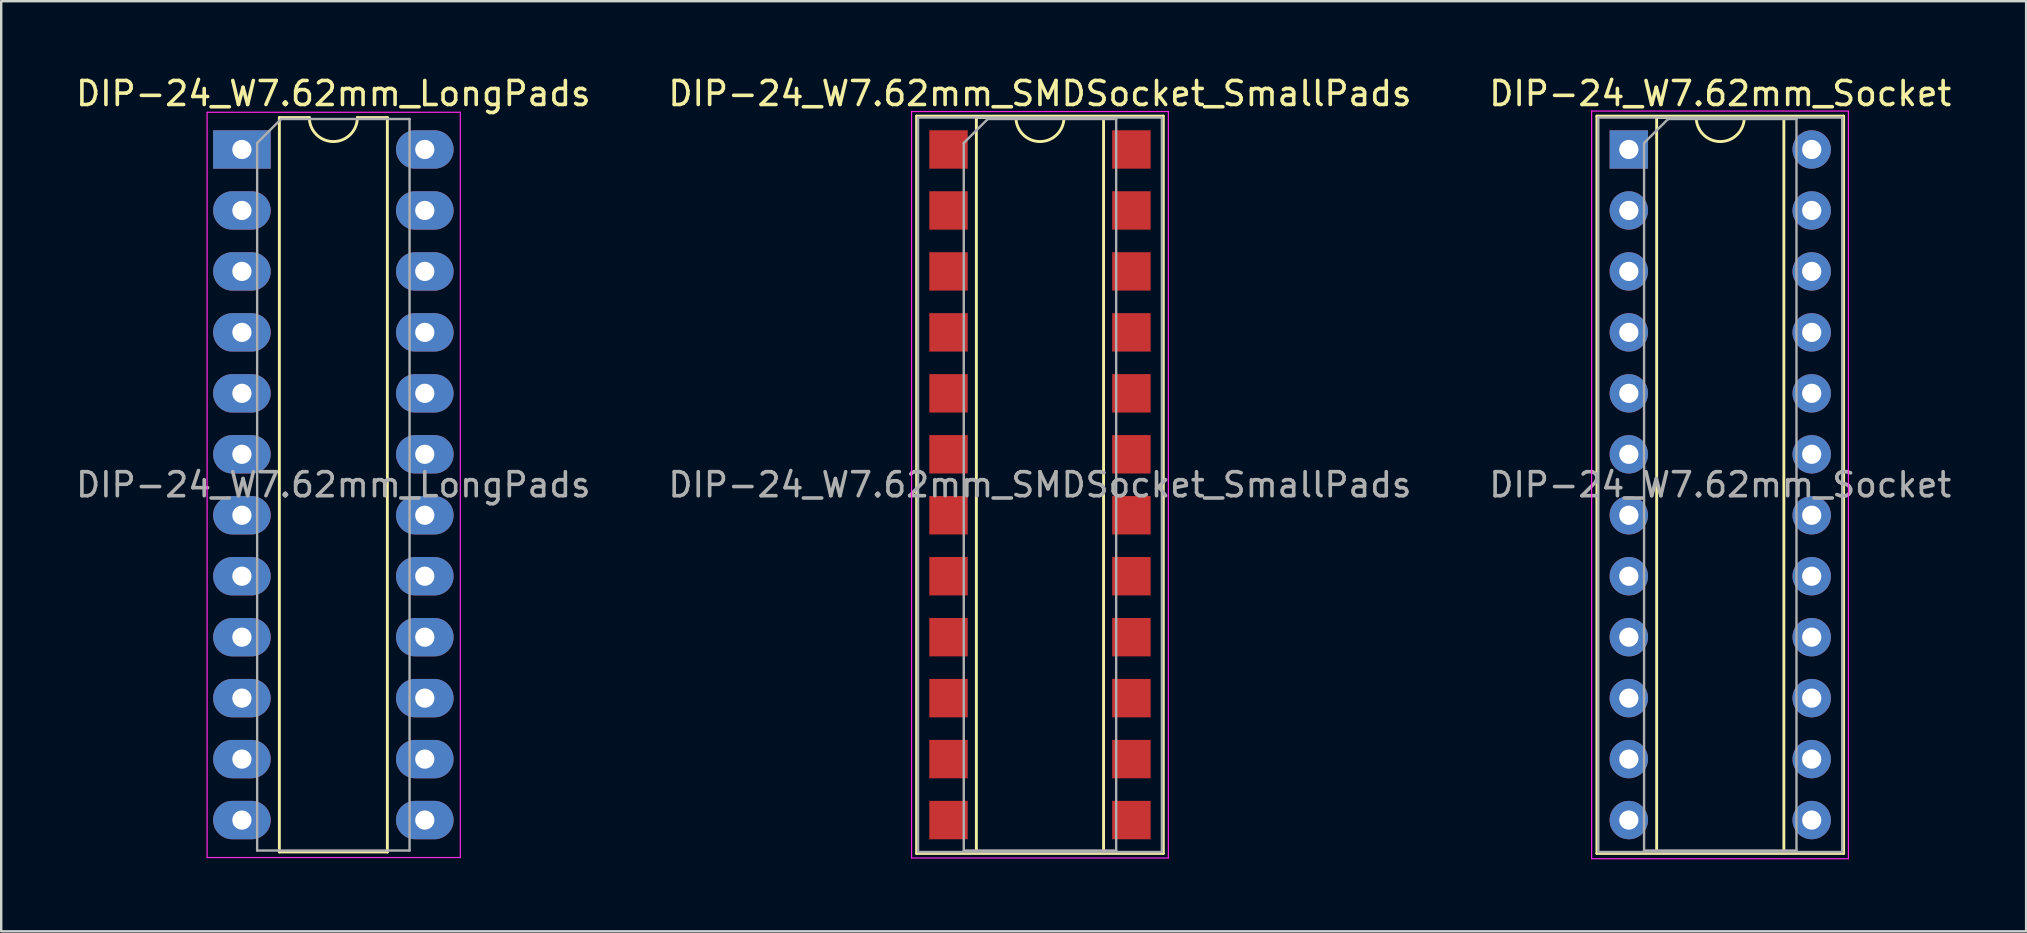
<source format=kicad_pcb>
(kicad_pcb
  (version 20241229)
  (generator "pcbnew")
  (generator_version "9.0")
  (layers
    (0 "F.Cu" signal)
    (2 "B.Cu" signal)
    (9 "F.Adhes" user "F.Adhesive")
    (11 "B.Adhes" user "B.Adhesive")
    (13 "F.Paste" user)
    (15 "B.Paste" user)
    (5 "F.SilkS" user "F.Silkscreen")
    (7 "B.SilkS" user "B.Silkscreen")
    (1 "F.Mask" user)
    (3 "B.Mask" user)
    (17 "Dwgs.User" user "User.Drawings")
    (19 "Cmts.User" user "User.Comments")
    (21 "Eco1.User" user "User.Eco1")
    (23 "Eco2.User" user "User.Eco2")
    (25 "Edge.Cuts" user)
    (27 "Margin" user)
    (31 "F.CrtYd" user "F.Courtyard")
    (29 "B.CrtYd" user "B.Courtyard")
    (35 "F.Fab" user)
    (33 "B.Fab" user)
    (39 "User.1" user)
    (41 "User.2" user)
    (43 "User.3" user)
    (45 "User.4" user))
  (footprint "DIP-24_W7.62mm_Socket"
    (layer "F.Cu")
    (at 64.815 3.178)
    (property "Reference" "DIP-24_W7.62mm_Socket" (at 3.81 -2.33 0) (layer "F.SilkS") (effects (font (size 1 1) (thickness 0.15))))
    (attr through_hole)
    (fp_line (start -1.33 -1.39) (end -1.33 29.33) (stroke (width 0.12) (type solid)) (layer "F.SilkS"))
    (fp_line (start -1.33 29.33) (end 8.95 29.33) (stroke (width 0.12) (type solid)) (layer "F.SilkS"))
    (fp_line (start 1.16 -1.33) (end 1.16 29.27) (stroke (width 0.12) (type solid)) (layer "F.SilkS"))
    (fp_line (start 1.16 29.27) (end 6.46 29.27) (stroke (width 0.12) (type solid)) (layer "F.SilkS"))
    (fp_line (start 2.81 -1.33) (end 1.16 -1.33) (stroke (width 0.12) (type solid)) (layer "F.SilkS"))
    (fp_line (start 6.46 -1.33) (end 4.81 -1.33) (stroke (width 0.12) (type solid)) (layer "F.SilkS"))
    (fp_line (start 6.46 29.27) (end 6.46 -1.33) (stroke (width 0.12) (type solid)) (layer "F.SilkS"))
    (fp_line (start 8.95 -1.39) (end -1.33 -1.39) (stroke (width 0.12) (type solid)) (layer "F.SilkS"))
    (fp_line (start 8.95 29.33) (end 8.95 -1.39) (stroke (width 0.12) (type solid)) (layer "F.SilkS"))
    (fp_arc (start 4.81 -1.33) (mid 3.81 -0.33) (end 2.81 -1.33) (stroke (width 0.12) (type solid)) (layer "F.SilkS"))
    (fp_line (start -1.55 -1.6) (end -1.55 29.55) (stroke (width 0.05) (type solid)) (layer "F.CrtYd"))
    (fp_line (start -1.55 29.55) (end 9.15 29.55) (stroke (width 0.05) (type solid)) (layer "F.CrtYd"))
    (fp_line (start 9.15 -1.6) (end -1.55 -1.6) (stroke (width 0.05) (type solid)) (layer "F.CrtYd"))
    (fp_line (start 9.15 29.55) (end 9.15 -1.6) (stroke (width 0.05) (type solid)) (layer "F.CrtYd"))
    (fp_line (start -1.27 -1.33) (end -1.27 29.27) (stroke (width 0.1) (type solid)) (layer "F.Fab"))
    (fp_line (start -1.27 29.27) (end 8.89 29.27) (stroke (width 0.1) (type solid)) (layer "F.Fab"))
    (fp_line (start 0.635 -0.27) (end 1.635 -1.27) (stroke (width 0.1) (type solid)) (layer "F.Fab"))
    (fp_line (start 0.635 29.21) (end 0.635 -0.27) (stroke (width 0.1) (type solid)) (layer "F.Fab"))
    (fp_line (start 1.635 -1.27) (end 6.985 -1.27) (stroke (width 0.1) (type solid)) (layer "F.Fab"))
    (fp_line (start 6.985 -1.27) (end 6.985 29.21) (stroke (width 0.1) (type solid)) (layer "F.Fab"))
    (fp_line (start 6.985 29.21) (end 0.635 29.21) (stroke (width 0.1) (type solid)) (layer "F.Fab"))
    (fp_line (start 8.89 -1.33) (end -1.27 -1.33) (stroke (width 0.1) (type solid)) (layer "F.Fab"))
    (fp_line (start 8.89 29.27) (end 8.89 -1.33) (stroke (width 0.1) (type solid)) (layer "F.Fab"))
    (fp_text user "${REFERENCE}" (at 3.81 13.97 0) (layer "F.Fab") (effects (font (size 1 1) (thickness 0.15))))
    (pad "1" thru_hole rect (at 0 0) (size 1.6 1.6) (drill 0.8) (layers "*.Cu" "*.Mask"))
    (pad "2" thru_hole oval (at 0 2.54) (size 1.6 1.6) (drill 0.8) (layers "*.Cu" "*.Mask"))
    (pad "3" thru_hole oval (at 0 5.08) (size 1.6 1.6) (drill 0.8) (layers "*.Cu" "*.Mask"))
    (pad "4" thru_hole oval (at 0 7.62) (size 1.6 1.6) (drill 0.8) (layers "*.Cu" "*.Mask"))
    (pad "5" thru_hole oval (at 0 10.16) (size 1.6 1.6) (drill 0.8) (layers "*.Cu" "*.Mask"))
    (pad "6" thru_hole oval (at 0 12.7) (size 1.6 1.6) (drill 0.8) (layers "*.Cu" "*.Mask"))
    (pad "7" thru_hole oval (at 0 15.24) (size 1.6 1.6) (drill 0.8) (layers "*.Cu" "*.Mask"))
    (pad "8" thru_hole oval (at 0 17.78) (size 1.6 1.6) (drill 0.8) (layers "*.Cu" "*.Mask"))
    (pad "9" thru_hole oval (at 0 20.32) (size 1.6 1.6) (drill 0.8) (layers "*.Cu" "*.Mask"))
    (pad "10" thru_hole oval (at 0 22.86) (size 1.6 1.6) (drill 0.8) (layers "*.Cu" "*.Mask"))
    (pad "11" thru_hole oval (at 0 25.4) (size 1.6 1.6) (drill 0.8) (layers "*.Cu" "*.Mask"))
    (pad "12" thru_hole oval (at 0 27.94) (size 1.6 1.6) (drill 0.8) (layers "*.Cu" "*.Mask"))
    (pad "13" thru_hole oval (at 7.62 27.94) (size 1.6 1.6) (drill 0.8) (layers "*.Cu" "*.Mask"))
    (pad "14" thru_hole oval (at 7.62 25.4) (size 1.6 1.6) (drill 0.8) (layers "*.Cu" "*.Mask"))
    (pad "15" thru_hole oval (at 7.62 22.86) (size 1.6 1.6) (drill 0.8) (layers "*.Cu" "*.Mask"))
    (pad "16" thru_hole oval (at 7.62 20.32) (size 1.6 1.6) (drill 0.8) (layers "*.Cu" "*.Mask"))
    (pad "17" thru_hole oval (at 7.62 17.78) (size 1.6 1.6) (drill 0.8) (layers "*.Cu" "*.Mask"))
    (pad "18" thru_hole oval (at 7.62 15.24) (size 1.6 1.6) (drill 0.8) (layers "*.Cu" "*.Mask"))
    (pad "19" thru_hole oval (at 7.62 12.7) (size 1.6 1.6) (drill 0.8) (layers "*.Cu" "*.Mask"))
    (pad "20" thru_hole oval (at 7.62 10.16) (size 1.6 1.6) (drill 0.8) (layers "*.Cu" "*.Mask"))
    (pad "21" thru_hole oval (at 7.62 7.62) (size 1.6 1.6) (drill 0.8) (layers "*.Cu" "*.Mask"))
    (pad "22" thru_hole oval (at 7.62 5.08) (size 1.6 1.6) (drill 0.8) (layers "*.Cu" "*.Mask"))
    (pad "23" thru_hole oval (at 7.62 2.54) (size 1.6 1.6) (drill 0.8) (layers "*.Cu" "*.Mask"))
    (pad "24" thru_hole oval (at 7.62 0) (size 1.6 1.6) (drill 0.8) (layers "*.Cu" "*.Mask")))
  (footprint "DIP-24_W7.62mm_SMDSocket_SmallPads"
    (layer "F.Cu")
    (at 40.28 17.148)
    (property "Reference" "DIP-24_W7.62mm_SMDSocket_SmallPads" (at 0 -16.3 0) (layer "F.SilkS") (effects (font (size 1 1) (thickness 0.15))))
    (attr smd)
    (fp_line (start -5.14 -15.36) (end -5.14 15.36) (stroke (width 0.12) (type solid)) (layer "F.SilkS"))
    (fp_line (start -5.14 15.36) (end 5.14 15.36) (stroke (width 0.12) (type solid)) (layer "F.SilkS"))
    (fp_line (start -2.65 -15.3) (end -2.65 15.3) (stroke (width 0.12) (type solid)) (layer "F.SilkS"))
    (fp_line (start -2.65 15.3) (end 2.65 15.3) (stroke (width 0.12) (type solid)) (layer "F.SilkS"))
    (fp_line (start -1 -15.3) (end -2.65 -15.3) (stroke (width 0.12) (type solid)) (layer "F.SilkS"))
    (fp_line (start 2.65 -15.3) (end 1 -15.3) (stroke (width 0.12) (type solid)) (layer "F.SilkS"))
    (fp_line (start 2.65 15.3) (end 2.65 -15.3) (stroke (width 0.12) (type solid)) (layer "F.SilkS"))
    (fp_line (start 5.14 -15.36) (end -5.14 -15.36) (stroke (width 0.12) (type solid)) (layer "F.SilkS"))
    (fp_line (start 5.14 15.36) (end 5.14 -15.36) (stroke (width 0.12) (type solid)) (layer "F.SilkS"))
    (fp_arc (start 1 -15.3) (mid 0 -14.3) (end -1 -15.3) (stroke (width 0.12) (type solid)) (layer "F.SilkS"))
    (fp_line (start -5.35 -15.55) (end -5.35 15.55) (stroke (width 0.05) (type solid)) (layer "F.CrtYd"))
    (fp_line (start -5.35 15.55) (end 5.35 15.55) (stroke (width 0.05) (type solid)) (layer "F.CrtYd"))
    (fp_line (start 5.35 -15.55) (end -5.35 -15.55) (stroke (width 0.05) (type solid)) (layer "F.CrtYd"))
    (fp_line (start 5.35 15.55) (end 5.35 -15.55) (stroke (width 0.05) (type solid)) (layer "F.CrtYd"))
    (fp_line (start -5.08 -15.3) (end -5.08 15.3) (stroke (width 0.1) (type solid)) (layer "F.Fab"))
    (fp_line (start -5.08 15.3) (end 5.08 15.3) (stroke (width 0.1) (type solid)) (layer "F.Fab"))
    (fp_line (start -3.175 -14.24) (end -2.175 -15.24) (stroke (width 0.1) (type solid)) (layer "F.Fab"))
    (fp_line (start -3.175 15.24) (end -3.175 -14.24) (stroke (width 0.1) (type solid)) (layer "F.Fab"))
    (fp_line (start -2.175 -15.24) (end 3.175 -15.24) (stroke (width 0.1) (type solid)) (layer "F.Fab"))
    (fp_line (start 3.175 -15.24) (end 3.175 15.24) (stroke (width 0.1) (type solid)) (layer "F.Fab"))
    (fp_line (start 3.175 15.24) (end -3.175 15.24) (stroke (width 0.1) (type solid)) (layer "F.Fab"))
    (fp_line (start 5.08 -15.3) (end -5.08 -15.3) (stroke (width 0.1) (type solid)) (layer "F.Fab"))
    (fp_line (start 5.08 15.3) (end 5.08 -15.3) (stroke (width 0.1) (type solid)) (layer "F.Fab"))
    (fp_text user "${REFERENCE}" (at 0 0 0) (layer "F.Fab") (effects (font (size 1 1) (thickness 0.15))))
    (pad "1" smd rect (at -3.81 -13.97) (size 1.6 1.6) (layers "F.Cu" "F.Mask" "F.Paste"))
    (pad "2" smd rect (at -3.81 -11.43) (size 1.6 1.6) (layers "F.Cu" "F.Mask" "F.Paste"))
    (pad "3" smd rect (at -3.81 -8.89) (size 1.6 1.6) (layers "F.Cu" "F.Mask" "F.Paste"))
    (pad "4" smd rect (at -3.81 -6.35) (size 1.6 1.6) (layers "F.Cu" "F.Mask" "F.Paste"))
    (pad "5" smd rect (at -3.81 -3.81) (size 1.6 1.6) (layers "F.Cu" "F.Mask" "F.Paste"))
    (pad "6" smd rect (at -3.81 -1.27) (size 1.6 1.6) (layers "F.Cu" "F.Mask" "F.Paste"))
    (pad "7" smd rect (at -3.81 1.27) (size 1.6 1.6) (layers "F.Cu" "F.Mask" "F.Paste"))
    (pad "8" smd rect (at -3.81 3.81) (size 1.6 1.6) (layers "F.Cu" "F.Mask" "F.Paste"))
    (pad "9" smd rect (at -3.81 6.35) (size 1.6 1.6) (layers "F.Cu" "F.Mask" "F.Paste"))
    (pad "10" smd rect (at -3.81 8.89) (size 1.6 1.6) (layers "F.Cu" "F.Mask" "F.Paste"))
    (pad "11" smd rect (at -3.81 11.43) (size 1.6 1.6) (layers "F.Cu" "F.Mask" "F.Paste"))
    (pad "12" smd rect (at -3.81 13.97) (size 1.6 1.6) (layers "F.Cu" "F.Mask" "F.Paste"))
    (pad "13" smd rect (at 3.81 13.97) (size 1.6 1.6) (layers "F.Cu" "F.Mask" "F.Paste"))
    (pad "14" smd rect (at 3.81 11.43) (size 1.6 1.6) (layers "F.Cu" "F.Mask" "F.Paste"))
    (pad "15" smd rect (at 3.81 8.89) (size 1.6 1.6) (layers "F.Cu" "F.Mask" "F.Paste"))
    (pad "16" smd rect (at 3.81 6.35) (size 1.6 1.6) (layers "F.Cu" "F.Mask" "F.Paste"))
    (pad "17" smd rect (at 3.81 3.81) (size 1.6 1.6) (layers "F.Cu" "F.Mask" "F.Paste"))
    (pad "18" smd rect (at 3.81 1.27) (size 1.6 1.6) (layers "F.Cu" "F.Mask" "F.Paste"))
    (pad "19" smd rect (at 3.81 -1.27) (size 1.6 1.6) (layers "F.Cu" "F.Mask" "F.Paste"))
    (pad "20" smd rect (at 3.81 -3.81) (size 1.6 1.6) (layers "F.Cu" "F.Mask" "F.Paste"))
    (pad "21" smd rect (at 3.81 -6.35) (size 1.6 1.6) (layers "F.Cu" "F.Mask" "F.Paste"))
    (pad "22" smd rect (at 3.81 -8.89) (size 1.6 1.6) (layers "F.Cu" "F.Mask" "F.Paste"))
    (pad "23" smd rect (at 3.81 -11.43) (size 1.6 1.6) (layers "F.Cu" "F.Mask" "F.Paste"))
    (pad "24" smd rect (at 3.81 -13.97) (size 1.6 1.6) (layers "F.Cu" "F.Mask" "F.Paste")))
  (footprint "DIP-24_W7.62mm_LongPads"
    (layer "F.Cu")
    (at 7.029 3.178)
    (property "Reference" "DIP-24_W7.62mm_LongPads" (at 3.81 -2.33 0) (layer "F.SilkS") (effects (font (size 1 1) (thickness 0.15))))
    (attr through_hole)
    (fp_line (start 1.56 -1.33) (end 1.56 29.27) (stroke (width 0.12) (type solid)) (layer "F.SilkS"))
    (fp_line (start 1.56 29.27) (end 6.06 29.27) (stroke (width 0.12) (type solid)) (layer "F.SilkS"))
    (fp_line (start 2.81 -1.33) (end 1.56 -1.33) (stroke (width 0.12) (type solid)) (layer "F.SilkS"))
    (fp_line (start 6.06 -1.33) (end 4.81 -1.33) (stroke (width 0.12) (type solid)) (layer "F.SilkS"))
    (fp_line (start 6.06 29.27) (end 6.06 -1.33) (stroke (width 0.12) (type solid)) (layer "F.SilkS"))
    (fp_arc (start 4.81 -1.33) (mid 3.81 -0.33) (end 2.81 -1.33) (stroke (width 0.12) (type solid)) (layer "F.SilkS"))
    (fp_line (start -1.45 -1.55) (end -1.45 29.5) (stroke (width 0.05) (type solid)) (layer "F.CrtYd"))
    (fp_line (start -1.45 29.5) (end 9.1 29.5) (stroke (width 0.05) (type solid)) (layer "F.CrtYd"))
    (fp_line (start 9.1 -1.55) (end -1.45 -1.55) (stroke (width 0.05) (type solid)) (layer "F.CrtYd"))
    (fp_line (start 9.1 29.5) (end 9.1 -1.55) (stroke (width 0.05) (type solid)) (layer "F.CrtYd"))
    (fp_line (start 0.635 -0.27) (end 1.635 -1.27) (stroke (width 0.1) (type solid)) (layer "F.Fab"))
    (fp_line (start 0.635 29.21) (end 0.635 -0.27) (stroke (width 0.1) (type solid)) (layer "F.Fab"))
    (fp_line (start 1.635 -1.27) (end 6.985 -1.27) (stroke (width 0.1) (type solid)) (layer "F.Fab"))
    (fp_line (start 6.985 -1.27) (end 6.985 29.21) (stroke (width 0.1) (type solid)) (layer "F.Fab"))
    (fp_line (start 6.985 29.21) (end 0.635 29.21) (stroke (width 0.1) (type solid)) (layer "F.Fab"))
    (fp_text user "${REFERENCE}" (at 3.81 13.97 0) (layer "F.Fab") (effects (font (size 1 1) (thickness 0.15))))
    (pad "1" thru_hole rect (at 0 0) (size 2.4 1.6) (drill 0.8) (layers "*.Cu" "*.Mask"))
    (pad "2" thru_hole oval (at 0 2.54) (size 2.4 1.6) (drill 0.8) (layers "*.Cu" "*.Mask"))
    (pad "3" thru_hole oval (at 0 5.08) (size 2.4 1.6) (drill 0.8) (layers "*.Cu" "*.Mask"))
    (pad "4" thru_hole oval (at 0 7.62) (size 2.4 1.6) (drill 0.8) (layers "*.Cu" "*.Mask"))
    (pad "5" thru_hole oval (at 0 10.16) (size 2.4 1.6) (drill 0.8) (layers "*.Cu" "*.Mask"))
    (pad "6" thru_hole oval (at 0 12.7) (size 2.4 1.6) (drill 0.8) (layers "*.Cu" "*.Mask"))
    (pad "7" thru_hole oval (at 0 15.24) (size 2.4 1.6) (drill 0.8) (layers "*.Cu" "*.Mask"))
    (pad "8" thru_hole oval (at 0 17.78) (size 2.4 1.6) (drill 0.8) (layers "*.Cu" "*.Mask"))
    (pad "9" thru_hole oval (at 0 20.32) (size 2.4 1.6) (drill 0.8) (layers "*.Cu" "*.Mask"))
    (pad "10" thru_hole oval (at 0 22.86) (size 2.4 1.6) (drill 0.8) (layers "*.Cu" "*.Mask"))
    (pad "11" thru_hole oval (at 0 25.4) (size 2.4 1.6) (drill 0.8) (layers "*.Cu" "*.Mask"))
    (pad "12" thru_hole oval (at 0 27.94) (size 2.4 1.6) (drill 0.8) (layers "*.Cu" "*.Mask"))
    (pad "13" thru_hole oval (at 7.62 27.94) (size 2.4 1.6) (drill 0.8) (layers "*.Cu" "*.Mask"))
    (pad "14" thru_hole oval (at 7.62 25.4) (size 2.4 1.6) (drill 0.8) (layers "*.Cu" "*.Mask"))
    (pad "15" thru_hole oval (at 7.62 22.86) (size 2.4 1.6) (drill 0.8) (layers "*.Cu" "*.Mask"))
    (pad "16" thru_hole oval (at 7.62 20.32) (size 2.4 1.6) (drill 0.8) (layers "*.Cu" "*.Mask"))
    (pad "17" thru_hole oval (at 7.62 17.78) (size 2.4 1.6) (drill 0.8) (layers "*.Cu" "*.Mask"))
    (pad "18" thru_hole oval (at 7.62 15.24) (size 2.4 1.6) (drill 0.8) (layers "*.Cu" "*.Mask"))
    (pad "19" thru_hole oval (at 7.62 12.7) (size 2.4 1.6) (drill 0.8) (layers "*.Cu" "*.Mask"))
    (pad "20" thru_hole oval (at 7.62 10.16) (size 2.4 1.6) (drill 0.8) (layers "*.Cu" "*.Mask"))
    (pad "21" thru_hole oval (at 7.62 7.62) (size 2.4 1.6) (drill 0.8) (layers "*.Cu" "*.Mask"))
    (pad "22" thru_hole oval (at 7.62 5.08) (size 2.4 1.6) (drill 0.8) (layers "*.Cu" "*.Mask"))
    (pad "23" thru_hole oval (at 7.62 2.54) (size 2.4 1.6) (drill 0.8) (layers "*.Cu" "*.Mask"))
    (pad "24" thru_hole oval (at 7.62 0) (size 2.4 1.6) (drill 0.8) (layers "*.Cu" "*.Mask")))
  (gr_rect
    (start -3 -3)
    (end 81.369 35.753)
    (stroke (width 0.1) (type default))
    (fill no)
    (layer "Edge.Cuts")))
</source>
